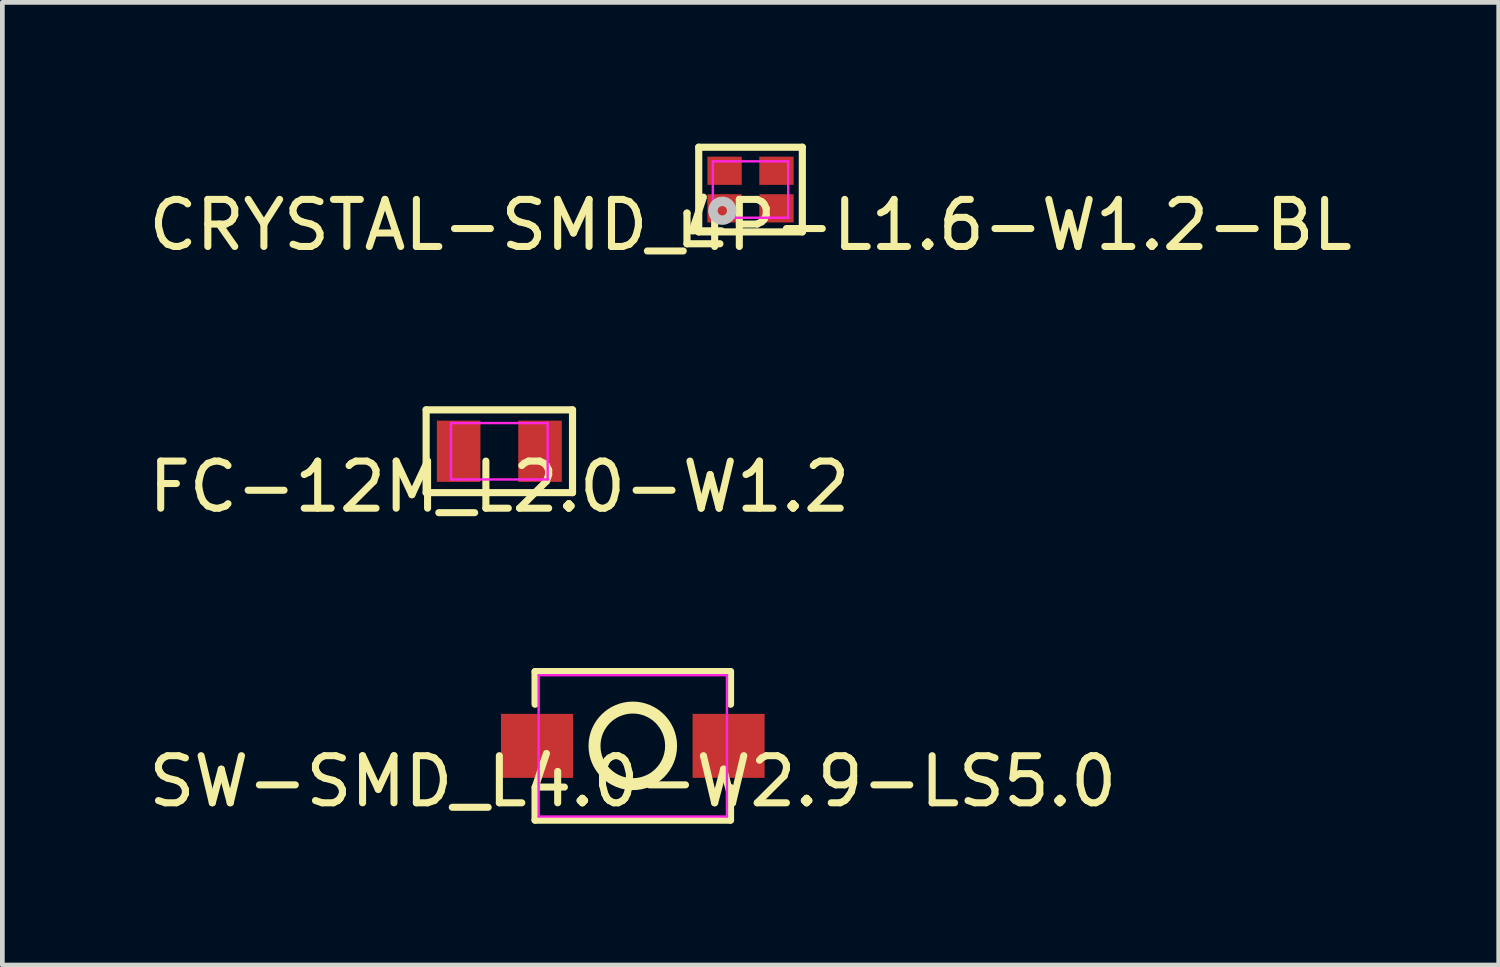
<source format=kicad_pcb>
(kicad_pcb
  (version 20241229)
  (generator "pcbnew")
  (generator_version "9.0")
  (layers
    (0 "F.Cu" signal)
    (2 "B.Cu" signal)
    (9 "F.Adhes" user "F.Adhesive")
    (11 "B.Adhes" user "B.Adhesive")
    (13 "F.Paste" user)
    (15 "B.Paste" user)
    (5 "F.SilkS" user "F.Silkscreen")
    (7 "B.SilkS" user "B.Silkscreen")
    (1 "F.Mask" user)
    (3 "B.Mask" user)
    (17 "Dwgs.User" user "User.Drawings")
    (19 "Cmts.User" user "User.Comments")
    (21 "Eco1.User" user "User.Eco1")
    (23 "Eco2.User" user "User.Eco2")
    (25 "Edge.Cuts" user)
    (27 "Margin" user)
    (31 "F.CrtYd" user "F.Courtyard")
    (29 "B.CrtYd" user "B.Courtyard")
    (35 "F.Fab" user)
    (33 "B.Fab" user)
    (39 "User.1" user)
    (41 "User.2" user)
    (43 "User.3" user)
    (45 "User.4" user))
  (footprint "CRYSTAL-SMD_4P-L1.6-W1.2-BL"
    (layer "F.Cu")
    (at 12.887 0.975)
    (property "Reference" "CRYSTAL-SMD_4P-L1.6-W1.2-BL" (at 0 0.754 0) (layer "F.SilkS") (effects (font (size 1 1) (thickness 0.15))))
    (attr through_hole)
    (fp_line (start -1.349 0.5) (end -1.349 0.5) (stroke (width 0.152) (type solid)) (layer "F.SilkS"))
    (fp_line (start -1.349 0.5) (end -1.349 1.151) (stroke (width 0.152) (type solid)) (layer "F.SilkS"))
    (fp_line (start -1.349 1.151) (end -0.65 1.151) (stroke (width 0.152) (type solid)) (layer "F.SilkS"))
    (fp_line (start -1.1 -0.899) (end -1.1 0.851) (stroke (width 0.152) (type solid)) (layer "F.SilkS"))
    (fp_line (start -1.1 0.851) (end -1.1 0.899) (stroke (width 0.152) (type solid)) (layer "F.SilkS"))
    (fp_line (start -1.1 0.899) (end 1.1 0.899) (stroke (width 0.152) (type solid)) (layer "F.SilkS"))
    (fp_line (start 1.1 -0.899) (end -1.1 -0.899) (stroke (width 0.152) (type solid)) (layer "F.SilkS"))
    (fp_line (start 1.1 0.899) (end 1.1 -0.899) (stroke (width 0.152) (type solid)) (layer "F.SilkS"))
    (fp_circle (center -0.599 0.45) (end -0.5 0.45) (stroke (width 0.201) (type solid)) (fill no) (layer "Dwgs.User"))
    (fp_poly (pts (xy -0.749 -0.551) (xy -0.249 -0.551) (xy -0.249 -0.15) (xy -0.749 -0.15)) (stroke (width 0.005) (type solid)) (fill no) (layer "Eco2.User"))
    (fp_poly (pts (xy -0.749 0.15) (xy -0.249 0.15) (xy -0.249 0.551) (xy -0.749 0.551)) (stroke (width 0.005) (type solid)) (fill no) (layer "Eco2.User"))
    (fp_poly (pts (xy 0.249 -0.551) (xy 0.749 -0.551) (xy 0.749 -0.15) (xy 0.249 -0.15)) (stroke (width 0.005) (type solid)) (fill no) (layer "Eco2.User"))
    (fp_poly (pts (xy 0.249 0.15) (xy 0.749 0.15) (xy 0.749 0.551) (xy 0.249 0.551)) (stroke (width 0.005) (type solid)) (fill no) (layer "Eco2.User"))
    (fp_poly (pts (xy -0.739 0.599) (xy -0.74 0.588) (xy -0.744 0.576) (xy -0.749 0.566) (xy -0.757 0.556) (xy -0.766 0.549) (xy -0.777 0.543) (xy -0.788 0.54) (xy -0.8 0.538) (xy -0.812 0.54) (xy -0.823 0.543) (xy -0.834 0.549) (xy -0.843 0.556) (xy -0.851 0.566) (xy -0.856 0.576) (xy -0.86 0.588) (xy -0.861 0.599) (xy -0.86 0.611) (xy -0.856 0.623) (xy -0.851 0.633) (xy -0.843 0.642) (xy -0.834 0.65) (xy -0.823 0.656) (xy -0.812 0.659) (xy -0.8 0.66) (xy -0.788 0.659) (xy -0.777 0.656) (xy -0.766 0.65) (xy -0.757 0.642) (xy -0.749 0.633) (xy -0.744 0.623) (xy -0.74 0.611)) (stroke (width 0.005) (type solid)) (fill no) (layer "Eco2.User"))
    (fp_line (start -0.8 -0.599) (end 0.8 -0.599) (stroke (width 0.051) (type solid)) (layer "F.CrtYd"))
    (fp_line (start -0.8 0.599) (end -0.8 -0.599) (stroke (width 0.051) (type solid)) (layer "F.CrtYd"))
    (fp_line (start 0.8 -0.599) (end 0.8 0.599) (stroke (width 0.051) (type solid)) (layer "F.CrtYd"))
    (fp_line (start 0.8 0.599) (end -0.8 0.599) (stroke (width 0.051) (type solid)) (layer "F.CrtYd"))
    (pad "1" smd rect (at -0.551 0.399) (size 0.729 0.599) (layers "F.Cu" "F.Mask" "F.Paste"))
    (pad "2" smd rect (at 0.551 0.399) (size 0.729 0.599) (layers "F.Cu" "F.Mask" "F.Paste"))
    (pad "3" smd rect (at 0.551 -0.399) (size 0.729 0.599) (layers "F.Cu" "F.Mask" "F.Paste"))
    (pad "4" smd rect (at -0.551 -0.399) (size 0.729 0.599) (layers "F.Cu" "F.Mask" "F.Paste")))
  (footprint "FC-12M_L2.0-W1.2"
    (layer "F.Cu")
    (at 7.553 6.532)
    (property "Reference" "FC-12M_L2.0-W1.2" (at 0 0.754 0) (layer "F.SilkS") (effects (font (size 1 1) (thickness 0.15))))
    (attr through_hole)
    (fp_line (start -1.554 -0.879) (end 1.554 -0.879) (stroke (width 0.152) (type solid)) (layer "F.SilkS"))
    (fp_line (start -1.554 0.879) (end -1.554 -0.879) (stroke (width 0.152) (type solid)) (layer "F.SilkS"))
    (fp_line (start 1.554 -0.879) (end 1.554 0.879) (stroke (width 0.152) (type solid)) (layer "F.SilkS"))
    (fp_line (start 1.554 0.879) (end -1.554 0.879) (stroke (width 0.152) (type solid)) (layer "F.SilkS"))
    (fp_poly (pts (xy -0.5 0.551) (xy -0.5 -0.551) (xy -1.026 -0.551) (xy -1.026 0.551)) (stroke (width 0.005) (type solid)) (fill no) (layer "Eco2.User"))
    (fp_poly (pts (xy 0.5 0.551) (xy 0.5 -0.551) (xy 1.026 -0.551) (xy 1.026 0.551)) (stroke (width 0.005) (type solid)) (fill no) (layer "Eco2.User"))
    (fp_poly (pts (xy -0.963 0.599) (xy -0.964 0.588) (xy -0.967 0.576) (xy -0.973 0.566) (xy -0.981 0.556) (xy -0.99 0.549) (xy -1 0.543) (xy -1.012 0.54) (xy -1.024 0.538) (xy -1.036 0.54) (xy -1.047 0.543) (xy -1.058 0.549) (xy -1.067 0.556) (xy -1.074 0.566) (xy -1.08 0.576) (xy -1.083 0.588) (xy -1.085 0.599) (xy -1.083 0.611) (xy -1.08 0.623) (xy -1.074 0.633) (xy -1.067 0.642) (xy -1.058 0.65) (xy -1.047 0.656) (xy -1.036 0.659) (xy -1.024 0.66) (xy -1.012 0.659) (xy -1 0.656) (xy -0.99 0.65) (xy -0.981 0.642) (xy -0.973 0.633) (xy -0.967 0.623) (xy -0.964 0.611)) (stroke (width 0.005) (type solid)) (fill no) (layer "Eco2.User"))
    (fp_line (start -1.026 -0.599) (end 1.026 -0.599) (stroke (width 0.051) (type solid)) (layer "F.CrtYd"))
    (fp_line (start -1.026 0.599) (end -1.026 -0.599) (stroke (width 0.051) (type solid)) (layer "F.CrtYd"))
    (fp_line (start 1.026 -0.599) (end 1.026 0.599) (stroke (width 0.051) (type solid)) (layer "F.CrtYd"))
    (fp_line (start 1.026 0.599) (end -1.026 0.599) (stroke (width 0.051) (type solid)) (layer "F.CrtYd"))
    (pad "1" smd rect (at -0.864 0) (size 0.925 1.3) (layers "F.Cu" "F.Mask" "F.Paste"))
    (pad "2" smd rect (at 0.864 0) (size 0.925 1.3) (layers "F.Cu" "F.Mask" "F.Paste")))
  (footprint "SW-SMD_L4.0-W2.9-LS5.0"
    (layer "F.Cu")
    (at 10.387 12.788)
    (property "Reference" "SW-SMD_L4.0-W2.9-LS5.0" (at 0 0.754 0) (layer "F.SilkS") (effects (font (size 1 1) (thickness 0.15))))
    (attr through_hole)
    (fp_line (start -2.075 -1.577) (end -2.075 -0.884) (stroke (width 0.152) (type solid)) (layer "F.SilkS"))
    (fp_line (start -2.075 1.577) (end -2.075 0.884) (stroke (width 0.152) (type solid)) (layer "F.SilkS"))
    (fp_line (start 2.075 -1.577) (end -2.075 -1.577) (stroke (width 0.152) (type solid)) (layer "F.SilkS"))
    (fp_line (start 2.075 -1.577) (end 2.075 -0.884) (stroke (width 0.152) (type solid)) (layer "F.SilkS"))
    (fp_line (start 2.075 1.577) (end -2.075 1.577) (stroke (width 0.152) (type solid)) (layer "F.SilkS"))
    (fp_line (start 2.075 1.577) (end 2.075 0.884) (stroke (width 0.152) (type solid)) (layer "F.SilkS"))
    (fp_circle (center 0 0) (end 0.813 0) (stroke (width 0.254) (type solid)) (fill no) (layer "F.SilkS"))
    (fp_poly (pts (xy -2.499 -0.65) (xy -2.499 0.65) (xy -1.3 0.65) (xy -1.3 -0.65)) (stroke (width 0.005) (type solid)) (fill no) (layer "Eco2.User"))
    (fp_poly (pts (xy 2.499 -0.65) (xy 2.499 0.65) (xy 1.3 0.65) (xy 1.3 -0.65)) (stroke (width 0.005) (type solid)) (fill no) (layer "Eco2.User"))
    (fp_poly (pts (xy -2.438 1.501) (xy -2.44 1.489) (xy -2.443 1.478) (xy -2.449 1.467) (xy -2.456 1.458) (xy -2.466 1.45) (xy -2.476 1.445) (xy -2.487 1.441) (xy -2.499 1.44) (xy -2.511 1.441) (xy -2.523 1.445) (xy -2.533 1.45) (xy -2.542 1.458) (xy -2.55 1.467) (xy -2.556 1.478) (xy -2.559 1.489) (xy -2.56 1.501) (xy -2.559 1.513) (xy -2.556 1.524) (xy -2.55 1.535) (xy -2.542 1.544) (xy -2.533 1.552) (xy -2.523 1.558) (xy -2.511 1.561) (xy -2.499 1.562) (xy -2.487 1.561) (xy -2.476 1.558) (xy -2.466 1.552) (xy -2.456 1.544) (xy -2.449 1.535) (xy -2.443 1.524) (xy -2.44 1.513)) (stroke (width 0.005) (type solid)) (fill no) (layer "Eco2.User"))
    (fp_line (start -1.999 -1.501) (end 1.999 -1.501) (stroke (width 0.051) (type solid)) (layer "F.CrtYd"))
    (fp_line (start -1.999 1.501) (end -1.999 -1.501) (stroke (width 0.051) (type solid)) (layer "F.CrtYd"))
    (fp_line (start 1.999 -1.501) (end 1.999 1.501) (stroke (width 0.051) (type solid)) (layer "F.CrtYd"))
    (fp_line (start 1.999 1.501) (end -1.999 1.501) (stroke (width 0.051) (type solid)) (layer "F.CrtYd"))
    (pad "1" smd rect (at -2.034 0) (size 1.529 1.359) (layers "F.Cu" "F.Mask" "F.Paste"))
    (pad "2" smd rect (at 2.034 0) (size 1.529 1.359) (layers "F.Cu" "F.Mask" "F.Paste")))
  (gr_rect
    (start -3 -3)
    (end 28.774 17.442)
    (stroke (width 0.1) (type default))
    (fill no)
    (layer "Edge.Cuts")))
</source>
